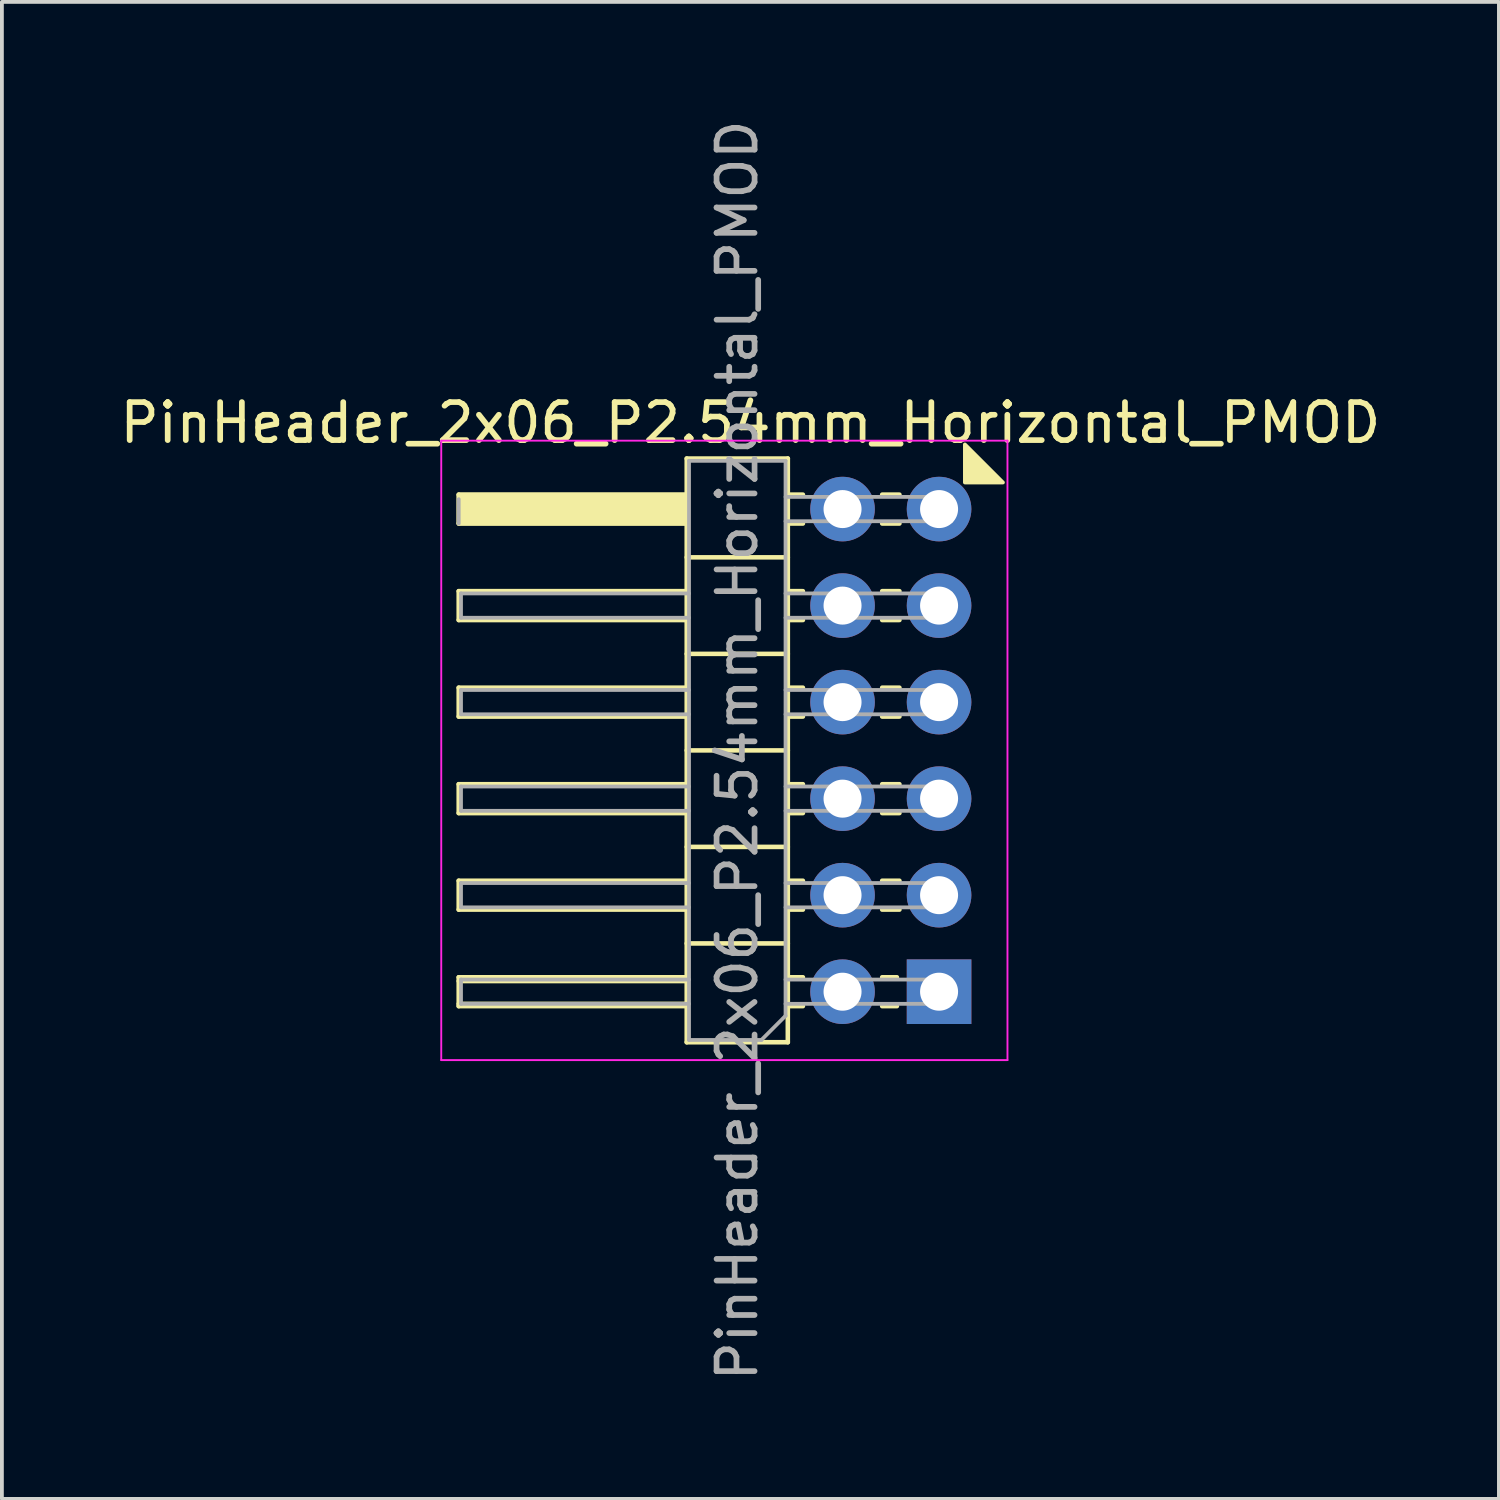
<source format=kicad_pcb>
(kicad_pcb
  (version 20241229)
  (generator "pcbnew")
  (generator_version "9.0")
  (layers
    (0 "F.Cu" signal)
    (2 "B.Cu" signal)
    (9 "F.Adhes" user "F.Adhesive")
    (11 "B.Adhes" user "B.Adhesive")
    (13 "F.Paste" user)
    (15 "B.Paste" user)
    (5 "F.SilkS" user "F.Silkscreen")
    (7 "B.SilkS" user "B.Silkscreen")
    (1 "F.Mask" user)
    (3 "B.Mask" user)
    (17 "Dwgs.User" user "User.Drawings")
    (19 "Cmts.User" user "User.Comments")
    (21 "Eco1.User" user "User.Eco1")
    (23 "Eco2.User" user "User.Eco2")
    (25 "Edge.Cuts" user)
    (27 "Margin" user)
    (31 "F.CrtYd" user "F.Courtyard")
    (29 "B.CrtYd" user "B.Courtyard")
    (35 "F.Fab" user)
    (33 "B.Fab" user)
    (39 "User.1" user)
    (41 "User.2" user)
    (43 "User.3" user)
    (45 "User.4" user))
  (footprint "PinHeader_2x06_P2.54mm_Horizontal_PMOD"
    (layer "F.Cu")
    (at 11.041 10.346)
    (property "Reference" "PinHeader_2x06_P2.54mm_Horizontal_PMOD" (at 5.655 -2.27 0) (layer "F.SilkS") (effects (font (size 1 1) (thickness 0.15))))
    (attr through_hole)
    (fp_line (start -2.02 -0.38) (end 3.98 -0.38) (stroke (width 0.12) (type solid)) (layer "F.SilkS"))
    (fp_line (start -2.02 0.38) (end -2.02 -0.38) (stroke (width 0.12) (type solid)) (layer "F.SilkS"))
    (fp_line (start -2.02 2.16) (end 3.98 2.16) (stroke (width 0.12) (type solid)) (layer "F.SilkS"))
    (fp_line (start -2.02 2.92) (end -2.02 2.16) (stroke (width 0.12) (type solid)) (layer "F.SilkS"))
    (fp_line (start -2.02 4.7) (end 3.98 4.7) (stroke (width 0.12) (type solid)) (layer "F.SilkS"))
    (fp_line (start -2.02 5.46) (end -2.02 4.7) (stroke (width 0.12) (type solid)) (layer "F.SilkS"))
    (fp_line (start -2.02 7.24) (end 3.98 7.24) (stroke (width 0.12) (type solid)) (layer "F.SilkS"))
    (fp_line (start -2.02 8) (end -2.02 7.24) (stroke (width 0.12) (type solid)) (layer "F.SilkS"))
    (fp_line (start -2.02 9.78) (end 3.98 9.78) (stroke (width 0.12) (type solid)) (layer "F.SilkS"))
    (fp_line (start -2.02 10.54) (end -2.02 9.78) (stroke (width 0.12) (type solid)) (layer "F.SilkS"))
    (fp_line (start -2.02 12.32) (end 3.98 12.32) (stroke (width 0.12) (type solid)) (layer "F.SilkS"))
    (fp_line (start -2.02 13.08) (end -2.02 12.32) (stroke (width 0.12) (type solid)) (layer "F.SilkS"))
    (fp_line (start 3.98 0.38) (end -2.02 0.38) (stroke (width 0.12) (type solid)) (layer "F.SilkS"))
    (fp_line (start 3.98 -1.33) (end 3.98 14.03) (stroke (width 0.12) (type solid)) (layer "F.SilkS"))
    (fp_line (start 3.98 2.92) (end -2.02 2.92) (stroke (width 0.12) (type solid)) (layer "F.SilkS"))
    (fp_line (start 3.98 5.46) (end -2.02 5.46) (stroke (width 0.12) (type solid)) (layer "F.SilkS"))
    (fp_line (start 3.98 8) (end -2.02 8) (stroke (width 0.12) (type solid)) (layer "F.SilkS"))
    (fp_line (start 3.98 10.54) (end -2.02 10.54) (stroke (width 0.12) (type solid)) (layer "F.SilkS"))
    (fp_line (start 3.98 12.42) (end -2.02 12.42) (stroke (width 0.12) (type solid)) (layer "F.SilkS"))
    (fp_line (start 3.98 13.02) (end -2.02 13.02) (stroke (width 0.12) (type solid)) (layer "F.SilkS"))
    (fp_line (start 3.98 13.08) (end -2.02 13.08) (stroke (width 0.12) (type solid)) (layer "F.SilkS"))
    (fp_line (start 3.98 14.03) (end 6.64 14.03) (stroke (width 0.12) (type solid)) (layer "F.SilkS"))
    (fp_line (start 6.64 -1.33) (end 3.98 -1.33) (stroke (width 0.12) (type solid)) (layer "F.SilkS"))
    (fp_line (start 6.64 1.27) (end 3.98 1.27) (stroke (width 0.12) (type solid)) (layer "F.SilkS"))
    (fp_line (start 6.64 3.81) (end 3.98 3.81) (stroke (width 0.12) (type solid)) (layer "F.SilkS"))
    (fp_line (start 6.64 6.35) (end 3.98 6.35) (stroke (width 0.12) (type solid)) (layer "F.SilkS"))
    (fp_line (start 6.64 8.89) (end 3.98 8.89) (stroke (width 0.12) (type solid)) (layer "F.SilkS"))
    (fp_line (start 6.64 11.43) (end 3.98 11.43) (stroke (width 0.12) (type solid)) (layer "F.SilkS"))
    (fp_line (start 6.64 14.03) (end 6.64 -1.33) (stroke (width 0.12) (type solid)) (layer "F.SilkS"))
    (fp_line (start 7.037 -0.38) (end 6.64 -0.38) (stroke (width 0.12) (type solid)) (layer "F.SilkS"))
    (fp_line (start 7.037 0.38) (end 6.64 0.38) (stroke (width 0.12) (type solid)) (layer "F.SilkS"))
    (fp_line (start 7.037 2.16) (end 6.64 2.16) (stroke (width 0.12) (type solid)) (layer "F.SilkS"))
    (fp_line (start 7.037 2.92) (end 6.64 2.92) (stroke (width 0.12) (type solid)) (layer "F.SilkS"))
    (fp_line (start 7.037 4.7) (end 6.64 4.7) (stroke (width 0.12) (type solid)) (layer "F.SilkS"))
    (fp_line (start 7.037 8) (end 6.64 8) (stroke (width 0.12) (type solid)) (layer "F.SilkS"))
    (fp_line (start 7.037 9.78) (end 6.64 9.78) (stroke (width 0.12) (type solid)) (layer "F.SilkS"))
    (fp_line (start 7.037 10.54) (end 6.64 10.54) (stroke (width 0.12) (type solid)) (layer "F.SilkS"))
    (fp_line (start 7.037 12.32) (end 6.64 12.32) (stroke (width 0.12) (type solid)) (layer "F.SilkS"))
    (fp_line (start 7.037 13.08) (end 6.64 13.08) (stroke (width 0.12) (type solid)) (layer "F.SilkS"))
    (fp_line (start 7.037 5.46) (end 6.64 5.46) (stroke (width 0.12) (type solid)) (layer "F.SilkS"))
    (fp_line (start 7.037 7.24) (end 6.64 7.24) (stroke (width 0.12) (type solid)) (layer "F.SilkS"))
    (fp_line (start 9.51 12.32) (end 9.123 12.32) (stroke (width 0.12) (type solid)) (layer "F.SilkS"))
    (fp_line (start 9.51 13.08) (end 9.123 13.08) (stroke (width 0.12) (type solid)) (layer "F.SilkS"))
    (fp_line (start 9.577 -0.38) (end 9.123 -0.38) (stroke (width 0.12) (type solid)) (layer "F.SilkS"))
    (fp_line (start 9.577 0.38) (end 9.123 0.38) (stroke (width 0.12) (type solid)) (layer "F.SilkS"))
    (fp_line (start 9.577 2.16) (end 9.123 2.16) (stroke (width 0.12) (type solid)) (layer "F.SilkS"))
    (fp_line (start 9.577 2.92) (end 9.123 2.92) (stroke (width 0.12) (type solid)) (layer "F.SilkS"))
    (fp_line (start 9.577 4.7) (end 9.123 4.7) (stroke (width 0.12) (type solid)) (layer "F.SilkS"))
    (fp_line (start 9.577 5.46) (end 9.123 5.46) (stroke (width 0.12) (type solid)) (layer "F.SilkS"))
    (fp_line (start 9.577 7.24) (end 9.123 7.24) (stroke (width 0.12) (type solid)) (layer "F.SilkS"))
    (fp_line (start 9.577 8) (end 9.123 8) (stroke (width 0.12) (type solid)) (layer "F.SilkS"))
    (fp_line (start 9.577 9.78) (end 9.123 9.78) (stroke (width 0.12) (type solid)) (layer "F.SilkS"))
    (fp_line (start 9.577 10.54) (end 9.123 10.54) (stroke (width 0.12) (type solid)) (layer "F.SilkS"))
    (fp_rect (start -2.02 -0.38) (end 3.98 0.38) (stroke (width 0.1) (type solid)) (fill yes) (layer "F.SilkS"))
    (fp_poly (pts (xy 11.3 -1.7) (xy 11.3 -0.7) (xy 12.3 -0.7)) (stroke (width 0.1) (type solid)) (fill yes) (layer "F.SilkS"))
    (fp_line (start -2.48 -1.8) (end -2.48 14.5) (stroke (width 0.05) (type solid)) (layer "F.CrtYd"))
    (fp_line (start -2.48 14.5) (end 12.42 14.5) (stroke (width 0.05) (type solid)) (layer "F.CrtYd"))
    (fp_line (start 12.42 -1.8) (end -2.48 -1.8) (stroke (width 0.05) (type solid)) (layer "F.CrtYd"))
    (fp_line (start 12.42 14.5) (end 12.42 -1.8) (stroke (width 0.05) (type solid)) (layer "F.CrtYd"))
    (fp_line (start -2.02 0.38) (end -2.02 -0.26) (stroke (width 0.1) (type solid)) (layer "F.Fab"))
    (fp_line (start -1.96 2.86) (end -1.96 2.22) (stroke (width 0.1) (type solid)) (layer "F.Fab"))
    (fp_line (start -1.96 5.4) (end -1.96 4.76) (stroke (width 0.1) (type solid)) (layer "F.Fab"))
    (fp_line (start -1.96 7.94) (end -1.96 7.3) (stroke (width 0.1) (type solid)) (layer "F.Fab"))
    (fp_line (start -1.96 10.48) (end -1.96 9.84) (stroke (width 0.1) (type solid)) (layer "F.Fab"))
    (fp_line (start -1.96 13.02) (end -1.96 12.38) (stroke (width 0.1) (type solid)) (layer "F.Fab"))
    (fp_line (start 4.04 2.22) (end -1.96 2.22) (stroke (width 0.1) (type solid)) (layer "F.Fab"))
    (fp_line (start 4.04 10.48) (end -1.96 10.48) (stroke (width 0.1) (type solid)) (layer "F.Fab"))
    (fp_line (start 4.04 12.38) (end -1.96 12.38) (stroke (width 0.1) (type solid)) (layer "F.Fab"))
    (fp_line (start 4.04 -1.27) (end 6.58 -1.27) (stroke (width 0.1) (type solid)) (layer "F.Fab"))
    (fp_line (start 4.04 2.86) (end -1.96 2.86) (stroke (width 0.1) (type solid)) (layer "F.Fab"))
    (fp_line (start 4.04 4.76) (end -1.96 4.76) (stroke (width 0.1) (type solid)) (layer "F.Fab"))
    (fp_line (start 4.04 5.4) (end -1.96 5.4) (stroke (width 0.1) (type solid)) (layer "F.Fab"))
    (fp_line (start 4.04 7.3) (end -1.96 7.3) (stroke (width 0.1) (type solid)) (layer "F.Fab"))
    (fp_line (start 4.04 7.94) (end -1.96 7.94) (stroke (width 0.1) (type solid)) (layer "F.Fab"))
    (fp_line (start 4.04 9.84) (end -1.96 9.84) (stroke (width 0.1) (type solid)) (layer "F.Fab"))
    (fp_line (start 4.04 13.02) (end -1.96 13.02) (stroke (width 0.1) (type solid)) (layer "F.Fab"))
    (fp_line (start 4.04 13.97) (end 4.04 -1.27) (stroke (width 0.1) (type solid)) (layer "F.Fab"))
    (fp_line (start 5.945 13.97) (end 4.04 13.97) (stroke (width 0.1) (type solid)) (layer "F.Fab"))
    (fp_line (start 6.58 -1.27) (end 6.58 13.335) (stroke (width 0.1) (type solid)) (layer "F.Fab"))
    (fp_line (start 6.58 13.335) (end 5.945 13.97) (stroke (width 0.1) (type solid)) (layer "F.Fab"))
    (fp_line (start 10.94 -0.32) (end 6.58 -0.32) (stroke (width 0.1) (type solid)) (layer "F.Fab"))
    (fp_line (start 10.94 0.32) (end 6.58 0.32) (stroke (width 0.1) (type solid)) (layer "F.Fab"))
    (fp_line (start 10.94 0.32) (end 10.94 -0.32) (stroke (width 0.1) (type solid)) (layer "F.Fab"))
    (fp_line (start 10.94 2.22) (end 6.58 2.22) (stroke (width 0.1) (type solid)) (layer "F.Fab"))
    (fp_line (start 10.94 2.86) (end 6.58 2.86) (stroke (width 0.1) (type solid)) (layer "F.Fab"))
    (fp_line (start 10.94 2.86) (end 10.94 2.22) (stroke (width 0.1) (type solid)) (layer "F.Fab"))
    (fp_line (start 10.94 4.76) (end 6.58 4.76) (stroke (width 0.1) (type solid)) (layer "F.Fab"))
    (fp_line (start 10.94 5.4) (end 6.58 5.4) (stroke (width 0.1) (type solid)) (layer "F.Fab"))
    (fp_line (start 10.94 5.4) (end 10.94 4.76) (stroke (width 0.1) (type solid)) (layer "F.Fab"))
    (fp_line (start 10.94 7.3) (end 6.58 7.3) (stroke (width 0.1) (type solid)) (layer "F.Fab"))
    (fp_line (start 10.94 7.94) (end 6.58 7.94) (stroke (width 0.1) (type solid)) (layer "F.Fab"))
    (fp_line (start 10.94 7.94) (end 10.94 7.3) (stroke (width 0.1) (type solid)) (layer "F.Fab"))
    (fp_line (start 10.94 9.84) (end 6.58 9.84) (stroke (width 0.1) (type solid)) (layer "F.Fab"))
    (fp_line (start 10.94 10.48) (end 6.58 10.48) (stroke (width 0.1) (type solid)) (layer "F.Fab"))
    (fp_line (start 10.94 10.48) (end 10.94 9.84) (stroke (width 0.1) (type solid)) (layer "F.Fab"))
    (fp_line (start 10.94 12.38) (end 6.58 12.38) (stroke (width 0.1) (type solid)) (layer "F.Fab"))
    (fp_line (start 10.94 13.02) (end 6.58 13.02) (stroke (width 0.1) (type solid)) (layer "F.Fab"))
    (fp_line (start 10.94 13.02) (end 10.94 12.38) (stroke (width 0.1) (type solid)) (layer "F.Fab"))
    (fp_text user "${REFERENCE}" (at 5.31 6.35 270) (layer "F.Fab") (effects (font (size 1 1) (thickness 0.15))))
    (pad "1" thru_hole oval (at 10.62 0 180) (size 1.7 1.7) (drill 1) (layers "*.Cu" "*.Mask"))
    (pad "2" thru_hole oval (at 10.62 2.54 180) (size 1.7 1.7) (drill 1) (layers "*.Cu" "*.Mask"))
    (pad "3" thru_hole oval (at 10.62 5.08 180) (size 1.7 1.7) (drill 1) (layers "*.Cu" "*.Mask"))
    (pad "4" thru_hole oval (at 10.62 7.62 180) (size 1.7 1.7) (drill 1) (layers "*.Cu" "*.Mask"))
    (pad "5" thru_hole oval (at 10.62 10.16 180) (size 1.7 1.7) (drill 1) (layers "*.Cu" "*.Mask"))
    (pad "6" thru_hole rect (at 10.62 12.7 180) (size 1.7 1.7) (drill 1) (layers "*.Cu" "*.Mask"))
    (pad "7" thru_hole oval (at 8.08 0 180) (size 1.7 1.7) (drill 1) (layers "*.Cu" "*.Mask"))
    (pad "8" thru_hole oval (at 8.08 2.54 180) (size 1.7 1.7) (drill 1) (layers "*.Cu" "*.Mask"))
    (pad "9" thru_hole oval (at 8.08 5.08 180) (size 1.7 1.7) (drill 1) (layers "*.Cu" "*.Mask"))
    (pad "10" thru_hole oval (at 8.08 7.62 180) (size 1.7 1.7) (drill 1) (layers "*.Cu" "*.Mask"))
    (pad "11" thru_hole oval (at 8.08 10.16 180) (size 1.7 1.7) (drill 1) (layers "*.Cu" "*.Mask"))
    (pad "12" thru_hole oval (at 8.08 12.7 180) (size 1.7 1.7) (drill 1) (layers "*.Cu" "*.Mask")))
  (gr_rect
    (start -3 -3)
    (end 36.393 36.393)
    (stroke (width 0.1) (type default))
    (fill no)
    (layer "Edge.Cuts")))
</source>
